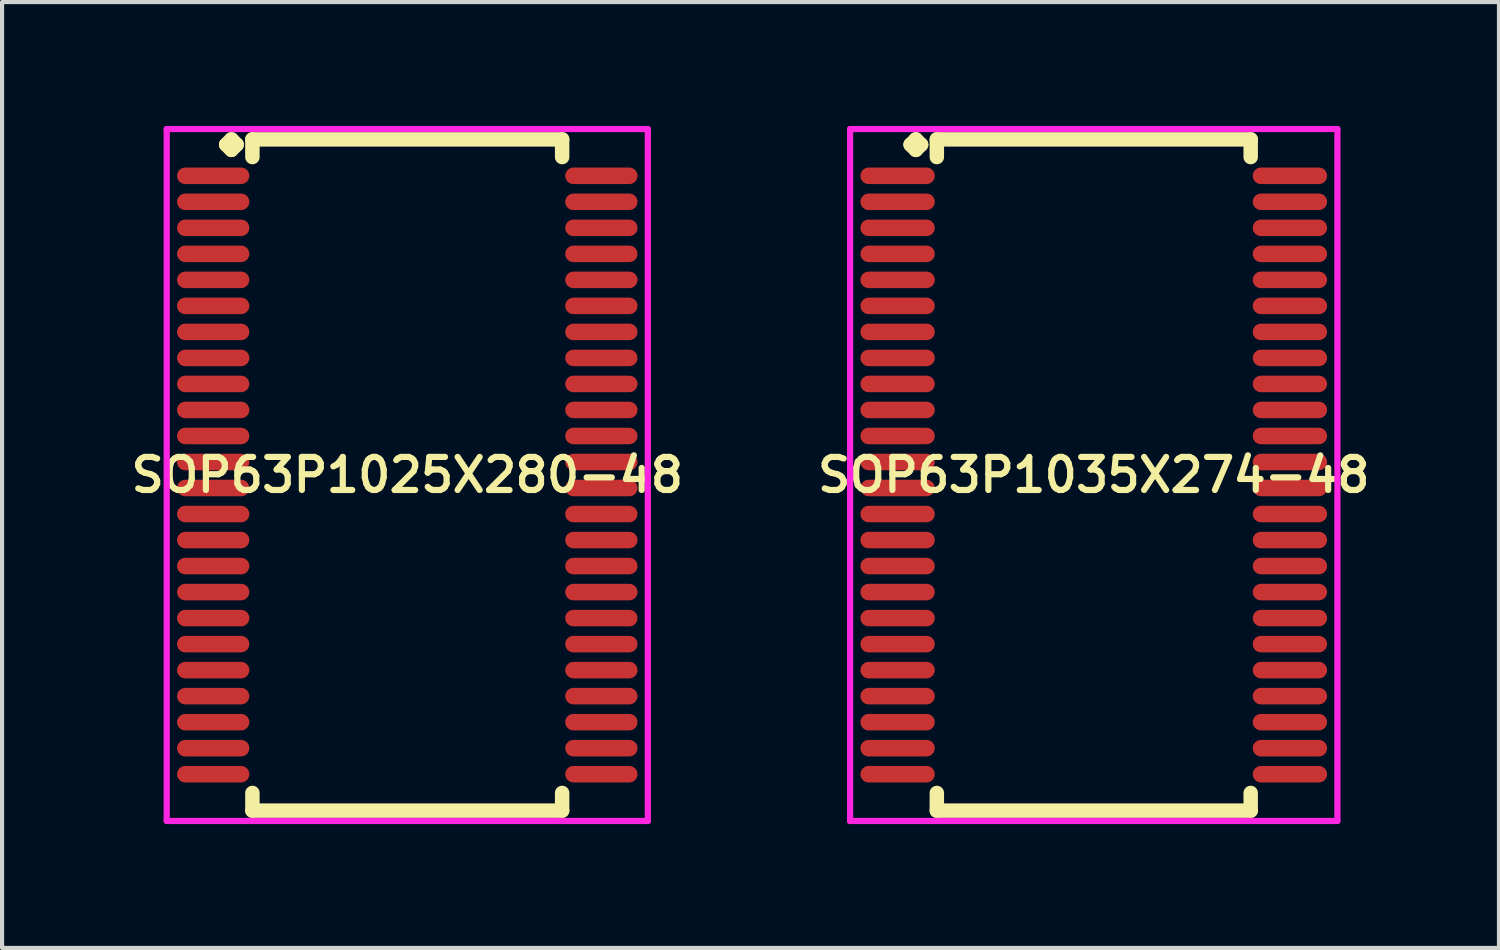
<source format=kicad_pcb>
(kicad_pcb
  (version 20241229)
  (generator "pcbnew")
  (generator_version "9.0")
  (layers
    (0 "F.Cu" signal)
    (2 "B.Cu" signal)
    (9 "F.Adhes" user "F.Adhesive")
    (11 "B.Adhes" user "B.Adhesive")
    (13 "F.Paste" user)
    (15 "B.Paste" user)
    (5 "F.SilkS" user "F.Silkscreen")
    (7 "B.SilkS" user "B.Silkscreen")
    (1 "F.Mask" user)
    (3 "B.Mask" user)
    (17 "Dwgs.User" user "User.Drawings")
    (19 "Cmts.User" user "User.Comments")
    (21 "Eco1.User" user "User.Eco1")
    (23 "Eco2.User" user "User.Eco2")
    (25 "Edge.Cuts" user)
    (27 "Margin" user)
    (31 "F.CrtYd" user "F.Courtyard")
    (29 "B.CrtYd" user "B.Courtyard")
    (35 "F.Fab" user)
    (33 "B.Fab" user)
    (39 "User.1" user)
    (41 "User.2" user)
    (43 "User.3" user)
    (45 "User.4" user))
  (footprint "SOP63P1025X280-48"
    (layer "F.Cu")
    (at 6.812 8.452)
    (property "Reference" "SOP63P1025X280-48" (at 0 0 0) (layer "F.SilkS") (effects (font (size 0.8 0.8) (thickness 0.15))))
    (attr through_hole)
    (fp_line (start -4.385 -8) (end -4.258 -8.127) (stroke (width 0.35) (type solid)) (layer "F.SilkS"))
    (fp_line (start -4.258 -8.127) (end -4.131 -8) (stroke (width 0.35) (type solid)) (layer "F.SilkS"))
    (fp_line (start -4.258 -7.873) (end -4.385 -8) (stroke (width 0.35) (type solid)) (layer "F.SilkS"))
    (fp_line (start -4.131 -8) (end -4.258 -7.873) (stroke (width 0.35) (type solid)) (layer "F.SilkS"))
    (fp_line (start -3.75 -8.127) (end 3.75 -8.127) (stroke (width 0.35) (type solid)) (layer "F.SilkS"))
    (fp_line (start -3.75 -7.699) (end -3.75 -8.127) (stroke (width 0.35) (type solid)) (layer "F.SilkS"))
    (fp_line (start -3.75 7.699) (end -3.75 8.127) (stroke (width 0.35) (type solid)) (layer "F.SilkS"))
    (fp_line (start -3.75 8.127) (end 3.75 8.127) (stroke (width 0.35) (type solid)) (layer "F.SilkS"))
    (fp_line (start 3.75 -8.127) (end 3.75 -7.699) (stroke (width 0.35) (type solid)) (layer "F.SilkS"))
    (fp_line (start 3.75 8.127) (end 3.75 7.699) (stroke (width 0.35) (type solid)) (layer "F.SilkS"))
    (fp_line (start -5.825 -8.377) (end 5.825 -8.377) (stroke (width 0.15) (type solid)) (layer "F.CrtYd"))
    (fp_line (start -5.825 8.377) (end -5.825 -8.377) (stroke (width 0.15) (type solid)) (layer "F.CrtYd"))
    (fp_line (start 5.825 -8.377) (end 5.825 8.377) (stroke (width 0.15) (type solid)) (layer "F.CrtYd"))
    (fp_line (start 5.825 8.377) (end -5.825 8.377) (stroke (width 0.15) (type solid)) (layer "F.CrtYd"))
    (pad "1" smd oval (at -4.7 -7.245) (size 1.75 0.4) (layers "F.Cu" "F.Mask" "F.Paste"))
    (pad "2" smd oval (at -4.7 -6.615) (size 1.75 0.4) (layers "F.Cu" "F.Mask" "F.Paste"))
    (pad "3" smd oval (at -4.7 -5.985) (size 1.75 0.4) (layers "F.Cu" "F.Mask" "F.Paste"))
    (pad "4" smd oval (at -4.7 -5.355) (size 1.75 0.4) (layers "F.Cu" "F.Mask" "F.Paste"))
    (pad "5" smd oval (at -4.7 -4.725) (size 1.75 0.4) (layers "F.Cu" "F.Mask" "F.Paste"))
    (pad "6" smd oval (at -4.7 -4.095) (size 1.75 0.4) (layers "F.Cu" "F.Mask" "F.Paste"))
    (pad "7" smd oval (at -4.7 -3.465) (size 1.75 0.4) (layers "F.Cu" "F.Mask" "F.Paste"))
    (pad "8" smd oval (at -4.7 -2.835) (size 1.75 0.4) (layers "F.Cu" "F.Mask" "F.Paste"))
    (pad "9" smd oval (at -4.7 -2.205) (size 1.75 0.4) (layers "F.Cu" "F.Mask" "F.Paste"))
    (pad "10" smd oval (at -4.7 -1.575) (size 1.75 0.4) (layers "F.Cu" "F.Mask" "F.Paste"))
    (pad "11" smd oval (at -4.7 -0.945) (size 1.75 0.4) (layers "F.Cu" "F.Mask" "F.Paste"))
    (pad "12" smd oval (at -4.7 -0.315) (size 1.75 0.4) (layers "F.Cu" "F.Mask" "F.Paste"))
    (pad "13" smd oval (at -4.7 0.315) (size 1.75 0.4) (layers "F.Cu" "F.Mask" "F.Paste"))
    (pad "14" smd oval (at -4.7 0.945) (size 1.75 0.4) (layers "F.Cu" "F.Mask" "F.Paste"))
    (pad "15" smd oval (at -4.7 1.575) (size 1.75 0.4) (layers "F.Cu" "F.Mask" "F.Paste"))
    (pad "16" smd oval (at -4.7 2.205) (size 1.75 0.4) (layers "F.Cu" "F.Mask" "F.Paste"))
    (pad "17" smd oval (at -4.7 2.835) (size 1.75 0.4) (layers "F.Cu" "F.Mask" "F.Paste"))
    (pad "18" smd oval (at -4.7 3.465) (size 1.75 0.4) (layers "F.Cu" "F.Mask" "F.Paste"))
    (pad "19" smd oval (at -4.7 4.095) (size 1.75 0.4) (layers "F.Cu" "F.Mask" "F.Paste"))
    (pad "20" smd oval (at -4.7 4.725) (size 1.75 0.4) (layers "F.Cu" "F.Mask" "F.Paste"))
    (pad "21" smd oval (at -4.7 5.355) (size 1.75 0.4) (layers "F.Cu" "F.Mask" "F.Paste"))
    (pad "22" smd oval (at -4.7 5.985) (size 1.75 0.4) (layers "F.Cu" "F.Mask" "F.Paste"))
    (pad "23" smd oval (at -4.7 6.615) (size 1.75 0.4) (layers "F.Cu" "F.Mask" "F.Paste"))
    (pad "24" smd oval (at -4.7 7.245) (size 1.75 0.4) (layers "F.Cu" "F.Mask" "F.Paste"))
    (pad "25" smd oval (at 4.7 7.245) (size 1.75 0.4) (layers "F.Cu" "F.Mask" "F.Paste"))
    (pad "26" smd oval (at 4.7 6.615) (size 1.75 0.4) (layers "F.Cu" "F.Mask" "F.Paste"))
    (pad "27" smd oval (at 4.7 5.985) (size 1.75 0.4) (layers "F.Cu" "F.Mask" "F.Paste"))
    (pad "28" smd oval (at 4.7 5.355) (size 1.75 0.4) (layers "F.Cu" "F.Mask" "F.Paste"))
    (pad "29" smd oval (at 4.7 4.725) (size 1.75 0.4) (layers "F.Cu" "F.Mask" "F.Paste"))
    (pad "30" smd oval (at 4.7 4.095) (size 1.75 0.4) (layers "F.Cu" "F.Mask" "F.Paste"))
    (pad "31" smd oval (at 4.7 3.465) (size 1.75 0.4) (layers "F.Cu" "F.Mask" "F.Paste"))
    (pad "32" smd oval (at 4.7 2.835) (size 1.75 0.4) (layers "F.Cu" "F.Mask" "F.Paste"))
    (pad "33" smd oval (at 4.7 2.205) (size 1.75 0.4) (layers "F.Cu" "F.Mask" "F.Paste"))
    (pad "34" smd oval (at 4.7 1.575) (size 1.75 0.4) (layers "F.Cu" "F.Mask" "F.Paste"))
    (pad "35" smd oval (at 4.7 0.945) (size 1.75 0.4) (layers "F.Cu" "F.Mask" "F.Paste"))
    (pad "36" smd oval (at 4.7 0.315) (size 1.75 0.4) (layers "F.Cu" "F.Mask" "F.Paste"))
    (pad "37" smd oval (at 4.7 -0.315) (size 1.75 0.4) (layers "F.Cu" "F.Mask" "F.Paste"))
    (pad "38" smd oval (at 4.7 -0.945) (size 1.75 0.4) (layers "F.Cu" "F.Mask" "F.Paste"))
    (pad "39" smd oval (at 4.7 -1.575) (size 1.75 0.4) (layers "F.Cu" "F.Mask" "F.Paste"))
    (pad "40" smd oval (at 4.7 -2.205) (size 1.75 0.4) (layers "F.Cu" "F.Mask" "F.Paste"))
    (pad "41" smd oval (at 4.7 -2.835) (size 1.75 0.4) (layers "F.Cu" "F.Mask" "F.Paste"))
    (pad "42" smd oval (at 4.7 -3.465) (size 1.75 0.4) (layers "F.Cu" "F.Mask" "F.Paste"))
    (pad "43" smd oval (at 4.7 -4.095) (size 1.75 0.4) (layers "F.Cu" "F.Mask" "F.Paste"))
    (pad "44" smd oval (at 4.7 -4.725) (size 1.75 0.4) (layers "F.Cu" "F.Mask" "F.Paste"))
    (pad "45" smd oval (at 4.7 -5.355) (size 1.75 0.4) (layers "F.Cu" "F.Mask" "F.Paste"))
    (pad "46" smd oval (at 4.7 -5.985) (size 1.75 0.4) (layers "F.Cu" "F.Mask" "F.Paste"))
    (pad "47" smd oval (at 4.7 -6.615) (size 1.75 0.4) (layers "F.Cu" "F.Mask" "F.Paste"))
    (pad "48" smd oval (at 4.7 -7.245) (size 1.75 0.4) (layers "F.Cu" "F.Mask" "F.Paste")))
  (footprint "SOP63P1035X274-48"
    (layer "F.Cu")
    (at 23.435 8.452)
    (property "Reference" "SOP63P1035X274-48" (at 0 0 0) (layer "F.SilkS") (effects (font (size 0.8 0.8) (thickness 0.15))))
    (attr through_hole)
    (fp_line (start -4.435 -8) (end -4.308 -8.127) (stroke (width 0.35) (type solid)) (layer "F.SilkS"))
    (fp_line (start -4.308 -8.127) (end -4.181 -8) (stroke (width 0.35) (type solid)) (layer "F.SilkS"))
    (fp_line (start -4.308 -7.873) (end -4.435 -8) (stroke (width 0.35) (type solid)) (layer "F.SilkS"))
    (fp_line (start -4.181 -8) (end -4.308 -7.873) (stroke (width 0.35) (type solid)) (layer "F.SilkS"))
    (fp_line (start -3.8 -8.127) (end 3.8 -8.127) (stroke (width 0.35) (type solid)) (layer "F.SilkS"))
    (fp_line (start -3.8 -7.699) (end -3.8 -8.127) (stroke (width 0.35) (type solid)) (layer "F.SilkS"))
    (fp_line (start -3.8 7.699) (end -3.8 8.127) (stroke (width 0.35) (type solid)) (layer "F.SilkS"))
    (fp_line (start -3.8 8.127) (end 3.8 8.127) (stroke (width 0.35) (type solid)) (layer "F.SilkS"))
    (fp_line (start 3.8 -8.127) (end 3.8 -7.699) (stroke (width 0.35) (type solid)) (layer "F.SilkS"))
    (fp_line (start 3.8 8.127) (end 3.8 7.699) (stroke (width 0.35) (type solid)) (layer "F.SilkS"))
    (fp_line (start -5.9 -8.377) (end 5.9 -8.377) (stroke (width 0.15) (type solid)) (layer "F.CrtYd"))
    (fp_line (start -5.9 8.377) (end -5.9 -8.377) (stroke (width 0.15) (type solid)) (layer "F.CrtYd"))
    (fp_line (start 5.9 -8.377) (end 5.9 8.377) (stroke (width 0.15) (type solid)) (layer "F.CrtYd"))
    (fp_line (start 5.9 8.377) (end -5.9 8.377) (stroke (width 0.15) (type solid)) (layer "F.CrtYd"))
    (pad "1" smd oval (at -4.75 -7.245) (size 1.8 0.4) (layers "F.Cu" "F.Mask" "F.Paste"))
    (pad "2" smd oval (at -4.75 -6.615) (size 1.8 0.4) (layers "F.Cu" "F.Mask" "F.Paste"))
    (pad "3" smd oval (at -4.75 -5.985) (size 1.8 0.4) (layers "F.Cu" "F.Mask" "F.Paste"))
    (pad "4" smd oval (at -4.75 -5.355) (size 1.8 0.4) (layers "F.Cu" "F.Mask" "F.Paste"))
    (pad "5" smd oval (at -4.75 -4.725) (size 1.8 0.4) (layers "F.Cu" "F.Mask" "F.Paste"))
    (pad "6" smd oval (at -4.75 -4.095) (size 1.8 0.4) (layers "F.Cu" "F.Mask" "F.Paste"))
    (pad "7" smd oval (at -4.75 -3.465) (size 1.8 0.4) (layers "F.Cu" "F.Mask" "F.Paste"))
    (pad "8" smd oval (at -4.75 -2.835) (size 1.8 0.4) (layers "F.Cu" "F.Mask" "F.Paste"))
    (pad "9" smd oval (at -4.75 -2.205) (size 1.8 0.4) (layers "F.Cu" "F.Mask" "F.Paste"))
    (pad "10" smd oval (at -4.75 -1.575) (size 1.8 0.4) (layers "F.Cu" "F.Mask" "F.Paste"))
    (pad "11" smd oval (at -4.75 -0.945) (size 1.8 0.4) (layers "F.Cu" "F.Mask" "F.Paste"))
    (pad "12" smd oval (at -4.75 -0.315) (size 1.8 0.4) (layers "F.Cu" "F.Mask" "F.Paste"))
    (pad "13" smd oval (at -4.75 0.315) (size 1.8 0.4) (layers "F.Cu" "F.Mask" "F.Paste"))
    (pad "14" smd oval (at -4.75 0.945) (size 1.8 0.4) (layers "F.Cu" "F.Mask" "F.Paste"))
    (pad "15" smd oval (at -4.75 1.575) (size 1.8 0.4) (layers "F.Cu" "F.Mask" "F.Paste"))
    (pad "16" smd oval (at -4.75 2.205) (size 1.8 0.4) (layers "F.Cu" "F.Mask" "F.Paste"))
    (pad "17" smd oval (at -4.75 2.835) (size 1.8 0.4) (layers "F.Cu" "F.Mask" "F.Paste"))
    (pad "18" smd oval (at -4.75 3.465) (size 1.8 0.4) (layers "F.Cu" "F.Mask" "F.Paste"))
    (pad "19" smd oval (at -4.75 4.095) (size 1.8 0.4) (layers "F.Cu" "F.Mask" "F.Paste"))
    (pad "20" smd oval (at -4.75 4.725) (size 1.8 0.4) (layers "F.Cu" "F.Mask" "F.Paste"))
    (pad "21" smd oval (at -4.75 5.355) (size 1.8 0.4) (layers "F.Cu" "F.Mask" "F.Paste"))
    (pad "22" smd oval (at -4.75 5.985) (size 1.8 0.4) (layers "F.Cu" "F.Mask" "F.Paste"))
    (pad "23" smd oval (at -4.75 6.615) (size 1.8 0.4) (layers "F.Cu" "F.Mask" "F.Paste"))
    (pad "24" smd oval (at -4.75 7.245) (size 1.8 0.4) (layers "F.Cu" "F.Mask" "F.Paste"))
    (pad "25" smd oval (at 4.75 7.245) (size 1.8 0.4) (layers "F.Cu" "F.Mask" "F.Paste"))
    (pad "26" smd oval (at 4.75 6.615) (size 1.8 0.4) (layers "F.Cu" "F.Mask" "F.Paste"))
    (pad "27" smd oval (at 4.75 5.985) (size 1.8 0.4) (layers "F.Cu" "F.Mask" "F.Paste"))
    (pad "28" smd oval (at 4.75 5.355) (size 1.8 0.4) (layers "F.Cu" "F.Mask" "F.Paste"))
    (pad "29" smd oval (at 4.75 4.725) (size 1.8 0.4) (layers "F.Cu" "F.Mask" "F.Paste"))
    (pad "30" smd oval (at 4.75 4.095) (size 1.8 0.4) (layers "F.Cu" "F.Mask" "F.Paste"))
    (pad "31" smd oval (at 4.75 3.465) (size 1.8 0.4) (layers "F.Cu" "F.Mask" "F.Paste"))
    (pad "32" smd oval (at 4.75 2.835) (size 1.8 0.4) (layers "F.Cu" "F.Mask" "F.Paste"))
    (pad "33" smd oval (at 4.75 2.205) (size 1.8 0.4) (layers "F.Cu" "F.Mask" "F.Paste"))
    (pad "34" smd oval (at 4.75 1.575) (size 1.8 0.4) (layers "F.Cu" "F.Mask" "F.Paste"))
    (pad "35" smd oval (at 4.75 0.945) (size 1.8 0.4) (layers "F.Cu" "F.Mask" "F.Paste"))
    (pad "36" smd oval (at 4.75 0.315) (size 1.8 0.4) (layers "F.Cu" "F.Mask" "F.Paste"))
    (pad "37" smd oval (at 4.75 -0.315) (size 1.8 0.4) (layers "F.Cu" "F.Mask" "F.Paste"))
    (pad "38" smd oval (at 4.75 -0.945) (size 1.8 0.4) (layers "F.Cu" "F.Mask" "F.Paste"))
    (pad "39" smd oval (at 4.75 -1.575) (size 1.8 0.4) (layers "F.Cu" "F.Mask" "F.Paste"))
    (pad "40" smd oval (at 4.75 -2.205) (size 1.8 0.4) (layers "F.Cu" "F.Mask" "F.Paste"))
    (pad "41" smd oval (at 4.75 -2.835) (size 1.8 0.4) (layers "F.Cu" "F.Mask" "F.Paste"))
    (pad "42" smd oval (at 4.75 -3.465) (size 1.8 0.4) (layers "F.Cu" "F.Mask" "F.Paste"))
    (pad "43" smd oval (at 4.75 -4.095) (size 1.8 0.4) (layers "F.Cu" "F.Mask" "F.Paste"))
    (pad "44" smd oval (at 4.75 -4.725) (size 1.8 0.4) (layers "F.Cu" "F.Mask" "F.Paste"))
    (pad "45" smd oval (at 4.75 -5.355) (size 1.8 0.4) (layers "F.Cu" "F.Mask" "F.Paste"))
    (pad "46" smd oval (at 4.75 -5.985) (size 1.8 0.4) (layers "F.Cu" "F.Mask" "F.Paste"))
    (pad "47" smd oval (at 4.75 -6.615) (size 1.8 0.4) (layers "F.Cu" "F.Mask" "F.Paste"))
    (pad "48" smd oval (at 4.75 -7.245) (size 1.8 0.4) (layers "F.Cu" "F.Mask" "F.Paste")))
  (gr_rect
    (start -3 -3)
    (end 33.247 19.904)
    (stroke (width 0.1) (type default))
    (fill no)
    (layer "Edge.Cuts")))
</source>
